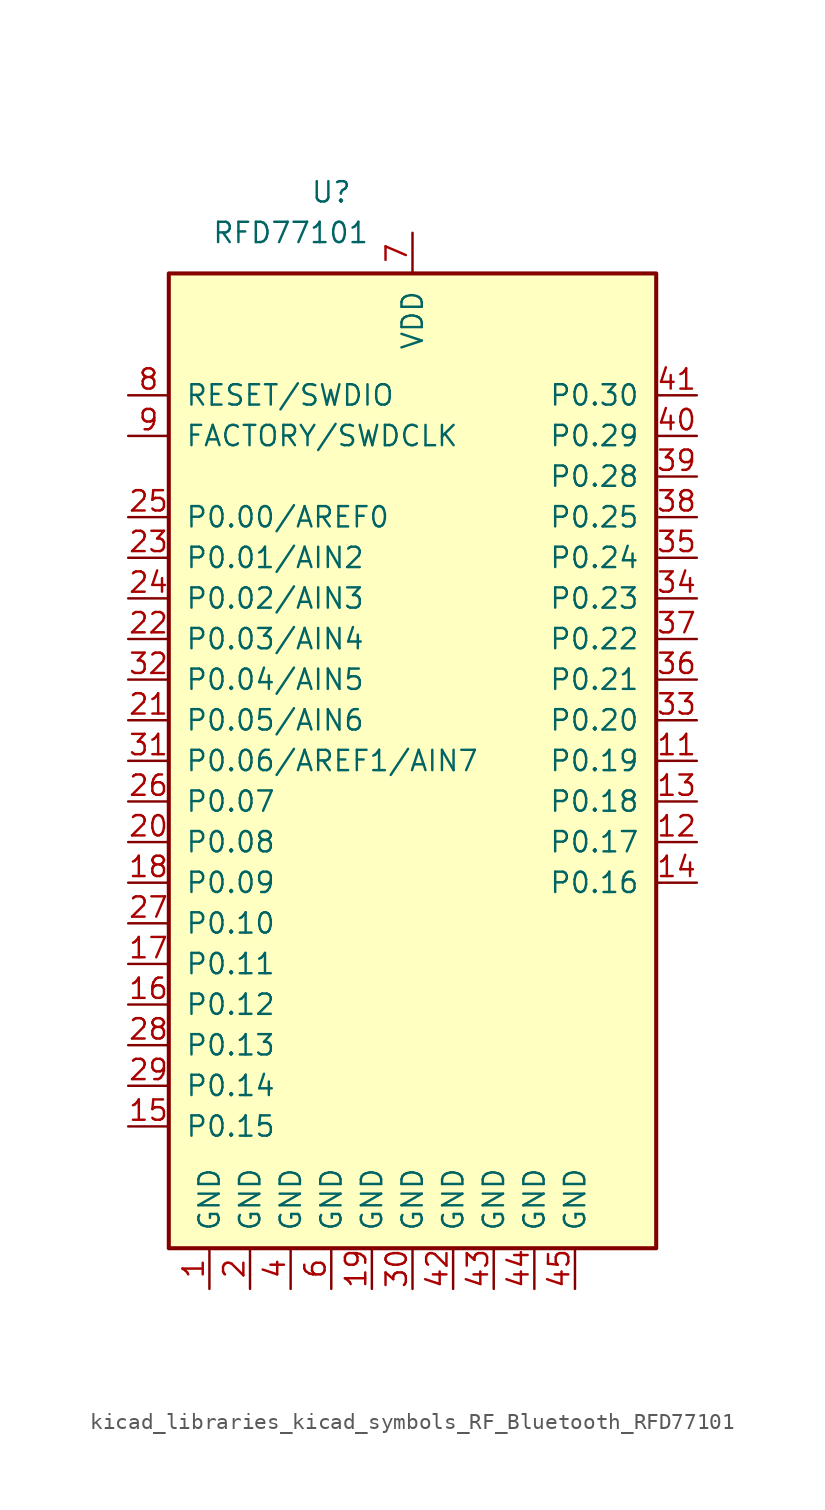
<source format=kicad_sym>
(kicad_symbol_lib
  (version 20220914)
  (generator kicad_symbol_editor)
  (symbol "kicad_libraries_kicad_symbols_RF_Bluetooth_RFD77101"
    (pin_names
      (offset 1.016))
    (property "Reference" "U"
      (at -5.08 35.56 0)
      (effects (font (size 1.27 1.27))))
    (property "Value" "RFD77101"
      (at -7.62 33.02 0)
      (effects (font (size 1.27 1.27))))
    (symbol "kicad_libraries_kicad_symbols_RF_Bluetooth_RFD77101_0_1"
      (rectangle (start -15.24 30.48) (end 15.24 -30.48) (stroke (width 0.254) (type default)) (fill (type background))))
    (symbol "kicad_libraries_kicad_symbols_RF_Bluetooth_RFD77101_1_1"
      (pin power_in line (at -12.7 -33.02 90) (length 2.54) (name "GND" (effects (font (size 1.27 1.27)))) (number "1" (effects (font (size 1.27 1.27)))))
      (pin no_connect line (at 15.24 -20.32 180) (length 2.54) hide (name "NC" (effects (font (size 1.27 1.27)))) (number "10" (effects (font (size 1.27 1.27)))))
      (pin bidirectional line (at 17.78 0 180) (length 2.54) (name "P0.19" (effects (font (size 1.27 1.27)))) (number "11" (effects (font (size 1.27 1.27)))))
      (pin bidirectional line (at 17.78 -5.08 180) (length 2.54) (name "P0.17" (effects (font (size 1.27 1.27)))) (number "12" (effects (font (size 1.27 1.27)))))
      (pin bidirectional line (at 17.78 -2.54 180) (length 2.54) (name "P0.18" (effects (font (size 1.27 1.27)))) (number "13" (effects (font (size 1.27 1.27)))))
      (pin bidirectional line (at 17.78 -7.62 180) (length 2.54) (name "P0.16" (effects (font (size 1.27 1.27)))) (number "14" (effects (font (size 1.27 1.27)))))
      (pin bidirectional line (at -17.78 -22.86 0) (length 2.54) (name "P0.15" (effects (font (size 1.27 1.27)))) (number "15" (effects (font (size 1.27 1.27)))))
      (pin bidirectional line (at -17.78 -15.24 0) (length 2.54) (name "P0.12" (effects (font (size 1.27 1.27)))) (number "16" (effects (font (size 1.27 1.27)))))
      (pin bidirectional line (at -17.78 -12.7 0) (length 2.54) (name "P0.11" (effects (font (size 1.27 1.27)))) (number "17" (effects (font (size 1.27 1.27)))))
      (pin bidirectional line (at -17.78 -7.62 0) (length 2.54) (name "P0.09" (effects (font (size 1.27 1.27)))) (number "18" (effects (font (size 1.27 1.27)))))
      (pin power_in line (at -2.54 -33.02 90) (length 2.54) (name "GND" (effects (font (size 1.27 1.27)))) (number "19" (effects (font (size 1.27 1.27)))))
      (pin power_in line (at -10.16 -33.02 90) (length 2.54) (name "GND" (effects (font (size 1.27 1.27)))) (number "2" (effects (font (size 1.27 1.27)))))
      (pin bidirectional line (at -17.78 -5.08 0) (length 2.54) (name "P0.08" (effects (font (size 1.27 1.27)))) (number "20" (effects (font (size 1.27 1.27)))))
      (pin bidirectional line (at -17.78 2.54 0) (length 2.54) (name "P0.05/AIN6" (effects (font (size 1.27 1.27)))) (number "21" (effects (font (size 1.27 1.27)))))
      (pin bidirectional line (at -17.78 7.62 0) (length 2.54) (name "P0.03/AIN4" (effects (font (size 1.27 1.27)))) (number "22" (effects (font (size 1.27 1.27)))))
      (pin bidirectional line (at -17.78 12.7 0) (length 2.54) (name "P0.01/AIN2" (effects (font (size 1.27 1.27)))) (number "23" (effects (font (size 1.27 1.27)))))
      (pin bidirectional line (at -17.78 10.16 0) (length 2.54) (name "P0.02/AIN3" (effects (font (size 1.27 1.27)))) (number "24" (effects (font (size 1.27 1.27)))))
      (pin bidirectional line (at -17.78 15.24 0) (length 2.54) (name "P0.00/AREF0" (effects (font (size 1.27 1.27)))) (number "25" (effects (font (size 1.27 1.27)))))
      (pin bidirectional line (at -17.78 -2.54 0) (length 2.54) (name "P0.07" (effects (font (size 1.27 1.27)))) (number "26" (effects (font (size 1.27 1.27)))))
      (pin bidirectional line (at -17.78 -10.16 0) (length 2.54) (name "P0.10" (effects (font (size 1.27 1.27)))) (number "27" (effects (font (size 1.27 1.27)))))
      (pin bidirectional line (at -17.78 -17.78 0) (length 2.54) (name "P0.13" (effects (font (size 1.27 1.27)))) (number "28" (effects (font (size 1.27 1.27)))))
      (pin bidirectional line (at -17.78 -20.32 0) (length 2.54) (name "P0.14" (effects (font (size 1.27 1.27)))) (number "29" (effects (font (size 1.27 1.27)))))
      (pin no_connect line (at 15.24 -15.24 180) (length 2.54) hide (name "NC" (effects (font (size 1.27 1.27)))) (number "3" (effects (font (size 1.27 1.27)))))
      (pin power_in line (at 0 -33.02 90) (length 2.54) (name "GND" (effects (font (size 1.27 1.27)))) (number "30" (effects (font (size 1.27 1.27)))))
      (pin bidirectional line (at -17.78 0 0) (length 2.54) (name "P0.06/AREF1/AIN7" (effects (font (size 1.27 1.27)))) (number "31" (effects (font (size 1.27 1.27)))))
      (pin bidirectional line (at -17.78 5.08 0) (length 2.54) (name "P0.04/AIN5" (effects (font (size 1.27 1.27)))) (number "32" (effects (font (size 1.27 1.27)))))
      (pin bidirectional line (at 17.78 2.54 180) (length 2.54) (name "P0.20" (effects (font (size 1.27 1.27)))) (number "33" (effects (font (size 1.27 1.27)))))
      (pin bidirectional line (at 17.78 10.16 180) (length 2.54) (name "P0.23" (effects (font (size 1.27 1.27)))) (number "34" (effects (font (size 1.27 1.27)))))
      (pin bidirectional line (at 17.78 12.7 180) (length 2.54) (name "P0.24" (effects (font (size 1.27 1.27)))) (number "35" (effects (font (size 1.27 1.27)))))
      (pin bidirectional line (at 17.78 5.08 180) (length 2.54) (name "P0.21" (effects (font (size 1.27 1.27)))) (number "36" (effects (font (size 1.27 1.27)))))
      (pin bidirectional line (at 17.78 7.62 180) (length 2.54) (name "P0.22" (effects (font (size 1.27 1.27)))) (number "37" (effects (font (size 1.27 1.27)))))
      (pin bidirectional line (at 17.78 15.24 180) (length 2.54) (name "P0.25" (effects (font (size 1.27 1.27)))) (number "38" (effects (font (size 1.27 1.27)))))
      (pin bidirectional line (at 17.78 17.78 180) (length 2.54) (name "P0.28" (effects (font (size 1.27 1.27)))) (number "39" (effects (font (size 1.27 1.27)))))
      (pin power_in line (at -7.62 -33.02 90) (length 2.54) (name "GND" (effects (font (size 1.27 1.27)))) (number "4" (effects (font (size 1.27 1.27)))))
      (pin bidirectional line (at 17.78 20.32 180) (length 2.54) (name "P0.29" (effects (font (size 1.27 1.27)))) (number "40" (effects (font (size 1.27 1.27)))))
      (pin bidirectional line (at 17.78 22.86 180) (length 2.54) (name "P0.30" (effects (font (size 1.27 1.27)))) (number "41" (effects (font (size 1.27 1.27)))))
      (pin power_in line (at 2.54 -33.02 90) (length 2.54) (name "GND" (effects (font (size 1.27 1.27)))) (number "42" (effects (font (size 1.27 1.27)))))
      (pin power_in line (at 5.08 -33.02 90) (length 2.54) (name "GND" (effects (font (size 1.27 1.27)))) (number "43" (effects (font (size 1.27 1.27)))))
      (pin power_in line (at 7.62 -33.02 90) (length 2.54) (name "GND" (effects (font (size 1.27 1.27)))) (number "44" (effects (font (size 1.27 1.27)))))
      (pin power_in line (at 10.16 -33.02 90) (length 2.54) (name "GND" (effects (font (size 1.27 1.27)))) (number "45" (effects (font (size 1.27 1.27)))))
      (pin no_connect line (at 15.24 -17.78 180) (length 2.54) hide (name "NC" (effects (font (size 1.27 1.27)))) (number "5" (effects (font (size 1.27 1.27)))))
      (pin power_in line (at -5.08 -33.02 90) (length 2.54) (name "GND" (effects (font (size 1.27 1.27)))) (number "6" (effects (font (size 1.27 1.27)))))
      (pin power_in line (at 0 33.02 270) (length 2.54) (name "VDD" (effects (font (size 1.27 1.27)))) (number "7" (effects (font (size 1.27 1.27)))))
      (pin bidirectional line (at -17.78 22.86 0) (length 2.54) (name "RESET/SWDIO" (effects (font (size 1.27 1.27)))) (number "8" (effects (font (size 1.27 1.27)))))
      (pin input line (at -17.78 20.32 0) (length 2.54) (name "FACTORY/SWDCLK" (effects (font (size 1.27 1.27)))) (number "9" (effects (font (size 1.27 1.27))))))))
</source>
